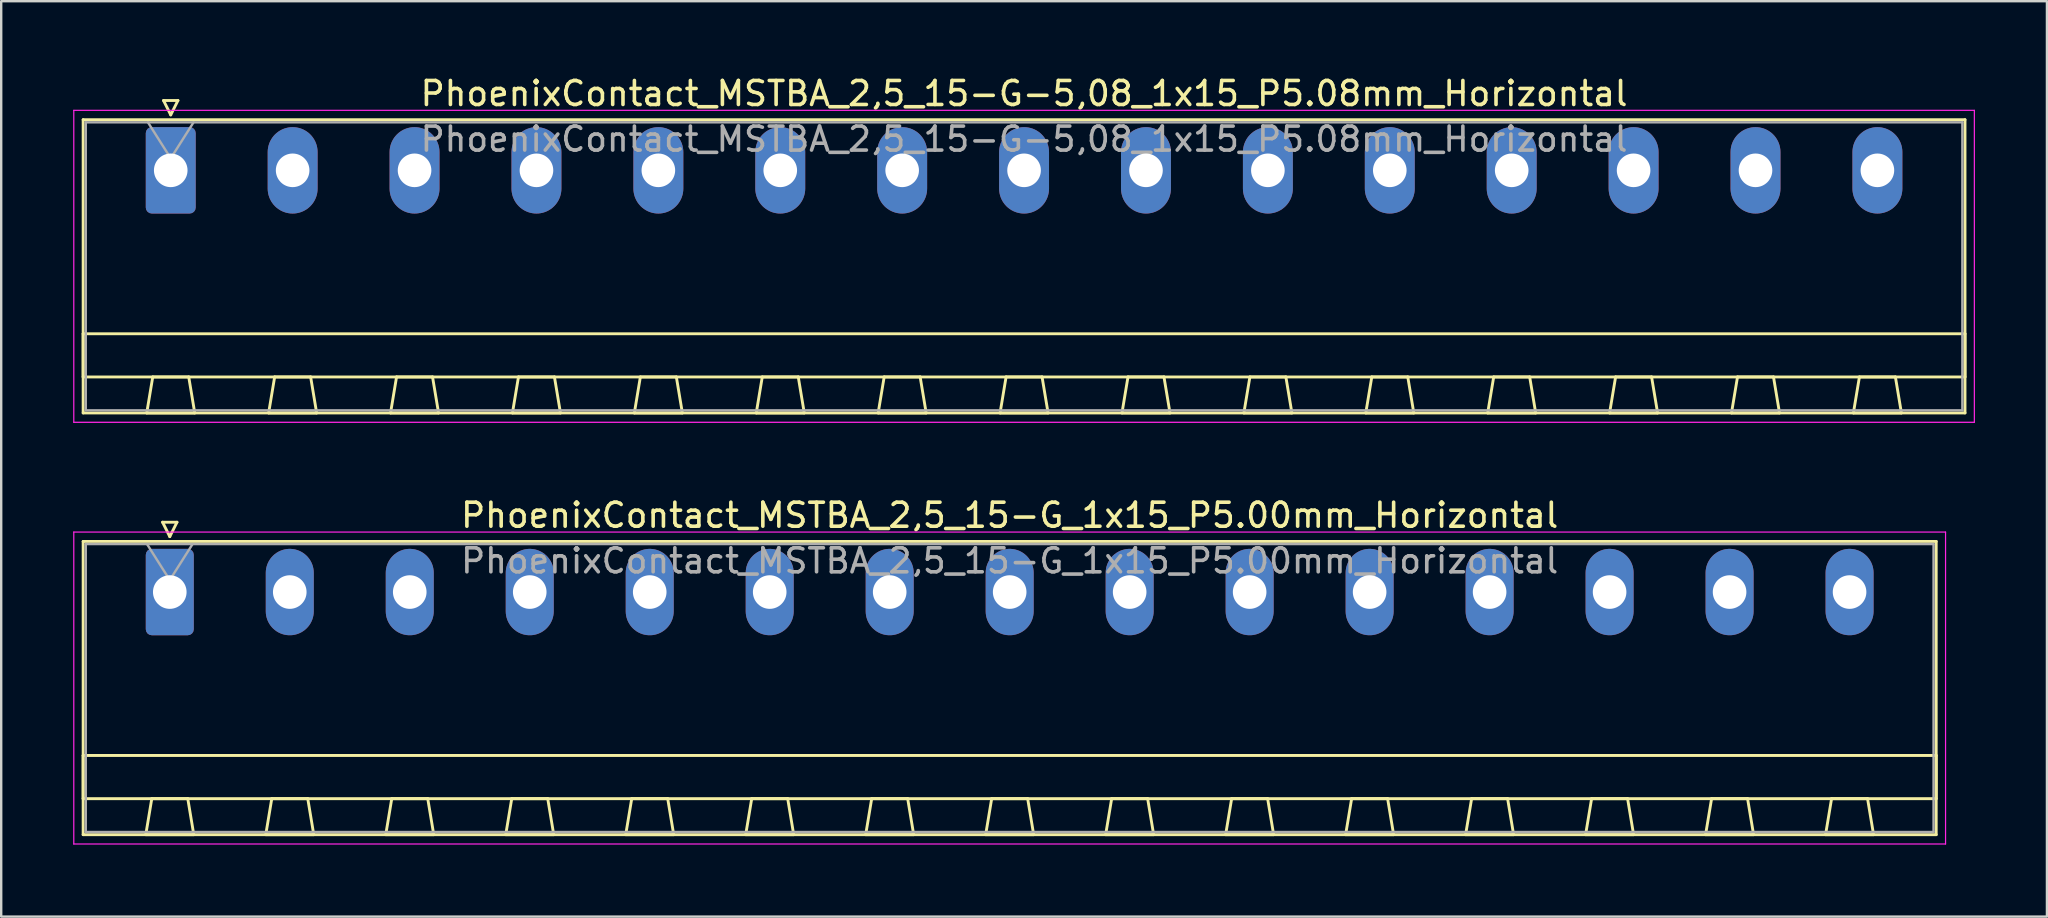
<source format=kicad_pcb>
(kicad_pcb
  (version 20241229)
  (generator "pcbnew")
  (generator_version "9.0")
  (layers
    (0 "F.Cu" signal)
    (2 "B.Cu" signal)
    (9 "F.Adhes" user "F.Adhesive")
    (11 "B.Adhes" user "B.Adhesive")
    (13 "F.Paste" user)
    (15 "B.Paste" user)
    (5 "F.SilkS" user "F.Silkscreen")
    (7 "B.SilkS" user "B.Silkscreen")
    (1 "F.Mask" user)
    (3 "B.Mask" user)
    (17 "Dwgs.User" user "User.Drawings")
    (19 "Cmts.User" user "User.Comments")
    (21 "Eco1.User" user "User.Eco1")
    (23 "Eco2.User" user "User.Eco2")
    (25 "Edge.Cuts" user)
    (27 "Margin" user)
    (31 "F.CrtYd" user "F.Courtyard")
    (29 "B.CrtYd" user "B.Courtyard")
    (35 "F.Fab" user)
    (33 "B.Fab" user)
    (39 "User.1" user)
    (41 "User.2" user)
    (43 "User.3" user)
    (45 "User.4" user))
  (footprint "PhoenixContact_MSTBA_2,5_15-G-5,08_1x15_P5.08mm_Horizontal"
    (layer "F.Cu")
    (at 4.065 4.048)
    (property "Reference" "PhoenixContact_MSTBA_2,5_15-G-5,08_1x15_P5.08mm_Horizontal" (at 35.56 -3.2 0) (layer "F.SilkS") (effects (font (size 1 1) (thickness 0.15))))
    (attr through_hole)
    (fp_line (start -3.65 -2.11) (end -3.65 10.11) (stroke (width 0.12) (type solid)) (layer "F.SilkS"))
    (fp_line (start -3.65 6.81) (end 74.77 6.81) (stroke (width 0.12) (type solid)) (layer "F.SilkS"))
    (fp_line (start -3.65 8.61) (end -3.65 6.81) (stroke (width 0.12) (type solid)) (layer "F.SilkS"))
    (fp_line (start -3.65 10.11) (end 74.77 10.11) (stroke (width 0.12) (type solid)) (layer "F.SilkS"))
    (fp_line (start -1 10.11) (end 1 10.11) (stroke (width 0.12) (type solid)) (layer "F.SilkS"))
    (fp_line (start -0.75 8.61) (end -1 10.11) (stroke (width 0.12) (type solid)) (layer "F.SilkS"))
    (fp_line (start -0.3 -2.91) (end 0.3 -2.91) (stroke (width 0.12) (type solid)) (layer "F.SilkS"))
    (fp_line (start 0 -2.31) (end -0.3 -2.91) (stroke (width 0.12) (type solid)) (layer "F.SilkS"))
    (fp_line (start 0.3 -2.91) (end 0 -2.31) (stroke (width 0.12) (type solid)) (layer "F.SilkS"))
    (fp_line (start 0.75 8.61) (end -0.75 8.61) (stroke (width 0.12) (type solid)) (layer "F.SilkS"))
    (fp_line (start 1 10.11) (end 0.75 8.61) (stroke (width 0.12) (type solid)) (layer "F.SilkS"))
    (fp_line (start 4.08 10.11) (end 6.08 10.11) (stroke (width 0.12) (type solid)) (layer "F.SilkS"))
    (fp_line (start 4.33 8.61) (end 4.08 10.11) (stroke (width 0.12) (type solid)) (layer "F.SilkS"))
    (fp_line (start 5.83 8.61) (end 4.33 8.61) (stroke (width 0.12) (type solid)) (layer "F.SilkS"))
    (fp_line (start 6.08 10.11) (end 5.83 8.61) (stroke (width 0.12) (type solid)) (layer "F.SilkS"))
    (fp_line (start 9.16 10.11) (end 11.16 10.11) (stroke (width 0.12) (type solid)) (layer "F.SilkS"))
    (fp_line (start 9.41 8.61) (end 9.16 10.11) (stroke (width 0.12) (type solid)) (layer "F.SilkS"))
    (fp_line (start 10.91 8.61) (end 9.41 8.61) (stroke (width 0.12) (type solid)) (layer "F.SilkS"))
    (fp_line (start 11.16 10.11) (end 10.91 8.61) (stroke (width 0.12) (type solid)) (layer "F.SilkS"))
    (fp_line (start 14.24 10.11) (end 16.24 10.11) (stroke (width 0.12) (type solid)) (layer "F.SilkS"))
    (fp_line (start 14.49 8.61) (end 14.24 10.11) (stroke (width 0.12) (type solid)) (layer "F.SilkS"))
    (fp_line (start 15.99 8.61) (end 14.49 8.61) (stroke (width 0.12) (type solid)) (layer "F.SilkS"))
    (fp_line (start 16.24 10.11) (end 15.99 8.61) (stroke (width 0.12) (type solid)) (layer "F.SilkS"))
    (fp_line (start 19.32 10.11) (end 21.32 10.11) (stroke (width 0.12) (type solid)) (layer "F.SilkS"))
    (fp_line (start 19.57 8.61) (end 19.32 10.11) (stroke (width 0.12) (type solid)) (layer "F.SilkS"))
    (fp_line (start 21.07 8.61) (end 19.57 8.61) (stroke (width 0.12) (type solid)) (layer "F.SilkS"))
    (fp_line (start 21.32 10.11) (end 21.07 8.61) (stroke (width 0.12) (type solid)) (layer "F.SilkS"))
    (fp_line (start 24.4 10.11) (end 26.4 10.11) (stroke (width 0.12) (type solid)) (layer "F.SilkS"))
    (fp_line (start 24.65 8.61) (end 24.4 10.11) (stroke (width 0.12) (type solid)) (layer "F.SilkS"))
    (fp_line (start 26.15 8.61) (end 24.65 8.61) (stroke (width 0.12) (type solid)) (layer "F.SilkS"))
    (fp_line (start 26.4 10.11) (end 26.15 8.61) (stroke (width 0.12) (type solid)) (layer "F.SilkS"))
    (fp_line (start 29.48 10.11) (end 31.48 10.11) (stroke (width 0.12) (type solid)) (layer "F.SilkS"))
    (fp_line (start 29.73 8.61) (end 29.48 10.11) (stroke (width 0.12) (type solid)) (layer "F.SilkS"))
    (fp_line (start 31.23 8.61) (end 29.73 8.61) (stroke (width 0.12) (type solid)) (layer "F.SilkS"))
    (fp_line (start 31.48 10.11) (end 31.23 8.61) (stroke (width 0.12) (type solid)) (layer "F.SilkS"))
    (fp_line (start 34.56 10.11) (end 36.56 10.11) (stroke (width 0.12) (type solid)) (layer "F.SilkS"))
    (fp_line (start 34.81 8.61) (end 34.56 10.11) (stroke (width 0.12) (type solid)) (layer "F.SilkS"))
    (fp_line (start 36.31 8.61) (end 34.81 8.61) (stroke (width 0.12) (type solid)) (layer "F.SilkS"))
    (fp_line (start 36.56 10.11) (end 36.31 8.61) (stroke (width 0.12) (type solid)) (layer "F.SilkS"))
    (fp_line (start 39.64 10.11) (end 41.64 10.11) (stroke (width 0.12) (type solid)) (layer "F.SilkS"))
    (fp_line (start 39.89 8.61) (end 39.64 10.11) (stroke (width 0.12) (type solid)) (layer "F.SilkS"))
    (fp_line (start 41.39 8.61) (end 39.89 8.61) (stroke (width 0.12) (type solid)) (layer "F.SilkS"))
    (fp_line (start 41.64 10.11) (end 41.39 8.61) (stroke (width 0.12) (type solid)) (layer "F.SilkS"))
    (fp_line (start 44.72 10.11) (end 46.72 10.11) (stroke (width 0.12) (type solid)) (layer "F.SilkS"))
    (fp_line (start 44.97 8.61) (end 44.72 10.11) (stroke (width 0.12) (type solid)) (layer "F.SilkS"))
    (fp_line (start 46.47 8.61) (end 44.97 8.61) (stroke (width 0.12) (type solid)) (layer "F.SilkS"))
    (fp_line (start 46.72 10.11) (end 46.47 8.61) (stroke (width 0.12) (type solid)) (layer "F.SilkS"))
    (fp_line (start 49.8 10.11) (end 51.8 10.11) (stroke (width 0.12) (type solid)) (layer "F.SilkS"))
    (fp_line (start 50.05 8.61) (end 49.8 10.11) (stroke (width 0.12) (type solid)) (layer "F.SilkS"))
    (fp_line (start 51.55 8.61) (end 50.05 8.61) (stroke (width 0.12) (type solid)) (layer "F.SilkS"))
    (fp_line (start 51.8 10.11) (end 51.55 8.61) (stroke (width 0.12) (type solid)) (layer "F.SilkS"))
    (fp_line (start 54.88 10.11) (end 56.88 10.11) (stroke (width 0.12) (type solid)) (layer "F.SilkS"))
    (fp_line (start 55.13 8.61) (end 54.88 10.11) (stroke (width 0.12) (type solid)) (layer "F.SilkS"))
    (fp_line (start 56.63 8.61) (end 55.13 8.61) (stroke (width 0.12) (type solid)) (layer "F.SilkS"))
    (fp_line (start 56.88 10.11) (end 56.63 8.61) (stroke (width 0.12) (type solid)) (layer "F.SilkS"))
    (fp_line (start 59.96 10.11) (end 61.96 10.11) (stroke (width 0.12) (type solid)) (layer "F.SilkS"))
    (fp_line (start 60.21 8.61) (end 59.96 10.11) (stroke (width 0.12) (type solid)) (layer "F.SilkS"))
    (fp_line (start 61.71 8.61) (end 60.21 8.61) (stroke (width 0.12) (type solid)) (layer "F.SilkS"))
    (fp_line (start 61.96 10.11) (end 61.71 8.61) (stroke (width 0.12) (type solid)) (layer "F.SilkS"))
    (fp_line (start 65.04 10.11) (end 67.04 10.11) (stroke (width 0.12) (type solid)) (layer "F.SilkS"))
    (fp_line (start 65.29 8.61) (end 65.04 10.11) (stroke (width 0.12) (type solid)) (layer "F.SilkS"))
    (fp_line (start 66.79 8.61) (end 65.29 8.61) (stroke (width 0.12) (type solid)) (layer "F.SilkS"))
    (fp_line (start 67.04 10.11) (end 66.79 8.61) (stroke (width 0.12) (type solid)) (layer "F.SilkS"))
    (fp_line (start 70.12 10.11) (end 72.12 10.11) (stroke (width 0.12) (type solid)) (layer "F.SilkS"))
    (fp_line (start 70.37 8.61) (end 70.12 10.11) (stroke (width 0.12) (type solid)) (layer "F.SilkS"))
    (fp_line (start 71.87 8.61) (end 70.37 8.61) (stroke (width 0.12) (type solid)) (layer "F.SilkS"))
    (fp_line (start 72.12 10.11) (end 71.87 8.61) (stroke (width 0.12) (type solid)) (layer "F.SilkS"))
    (fp_line (start 74.77 -2.11) (end -3.65 -2.11) (stroke (width 0.12) (type solid)) (layer "F.SilkS"))
    (fp_line (start 74.77 6.81) (end 74.77 8.61) (stroke (width 0.12) (type solid)) (layer "F.SilkS"))
    (fp_line (start 74.77 8.61) (end -3.65 8.61) (stroke (width 0.12) (type solid)) (layer "F.SilkS"))
    (fp_line (start 74.77 10.11) (end 74.77 -2.11) (stroke (width 0.12) (type solid)) (layer "F.SilkS"))
    (fp_line (start -4.04 -2.5) (end -4.04 10.5) (stroke (width 0.05) (type solid)) (layer "F.CrtYd"))
    (fp_line (start -4.04 10.5) (end 75.16 10.5) (stroke (width 0.05) (type solid)) (layer "F.CrtYd"))
    (fp_line (start 75.16 -2.5) (end -4.04 -2.5) (stroke (width 0.05) (type solid)) (layer "F.CrtYd"))
    (fp_line (start 75.16 10.5) (end 75.16 -2.5) (stroke (width 0.05) (type solid)) (layer "F.CrtYd"))
    (fp_line (start -3.54 -2) (end -3.54 10) (stroke (width 0.1) (type solid)) (layer "F.Fab"))
    (fp_line (start -3.54 10) (end 74.66 10) (stroke (width 0.1) (type solid)) (layer "F.Fab"))
    (fp_line (start 0 -0.5) (end -0.95 -2) (stroke (width 0.1) (type solid)) (layer "F.Fab"))
    (fp_line (start 0.95 -2) (end 0 -0.5) (stroke (width 0.1) (type solid)) (layer "F.Fab"))
    (fp_line (start 74.66 -2) (end -3.54 -2) (stroke (width 0.1) (type solid)) (layer "F.Fab"))
    (fp_line (start 74.66 10) (end 74.66 -2) (stroke (width 0.1) (type solid)) (layer "F.Fab"))
    (fp_text user "${REFERENCE}" (at 35.56 -1.3 0) (layer "F.Fab") (effects (font (size 1 1) (thickness 0.15))))
    (pad "1" thru_hole roundrect (at 0 0) (size 2.08 3.6) (drill 1.4) (layers "*.Cu" "*.Mask") (roundrect_rratio 0.12))
    (pad "2" thru_hole oval (at 5.08 0) (size 2.08 3.6) (drill 1.4) (layers "*.Cu" "*.Mask"))
    (pad "3" thru_hole oval (at 10.16 0) (size 2.08 3.6) (drill 1.4) (layers "*.Cu" "*.Mask"))
    (pad "4" thru_hole oval (at 15.24 0) (size 2.08 3.6) (drill 1.4) (layers "*.Cu" "*.Mask"))
    (pad "5" thru_hole oval (at 20.32 0) (size 2.08 3.6) (drill 1.4) (layers "*.Cu" "*.Mask"))
    (pad "6" thru_hole oval (at 25.4 0) (size 2.08 3.6) (drill 1.4) (layers "*.Cu" "*.Mask"))
    (pad "7" thru_hole oval (at 30.48 0) (size 2.08 3.6) (drill 1.4) (layers "*.Cu" "*.Mask"))
    (pad "8" thru_hole oval (at 35.56 0) (size 2.08 3.6) (drill 1.4) (layers "*.Cu" "*.Mask"))
    (pad "9" thru_hole oval (at 40.64 0) (size 2.08 3.6) (drill 1.4) (layers "*.Cu" "*.Mask"))
    (pad "10" thru_hole oval (at 45.72 0) (size 2.08 3.6) (drill 1.4) (layers "*.Cu" "*.Mask"))
    (pad "11" thru_hole oval (at 50.8 0) (size 2.08 3.6) (drill 1.4) (layers "*.Cu" "*.Mask"))
    (pad "12" thru_hole oval (at 55.88 0) (size 2.08 3.6) (drill 1.4) (layers "*.Cu" "*.Mask"))
    (pad "13" thru_hole oval (at 60.96 0) (size 2.08 3.6) (drill 1.4) (layers "*.Cu" "*.Mask"))
    (pad "14" thru_hole oval (at 66.04 0) (size 2.08 3.6) (drill 1.4) (layers "*.Cu" "*.Mask"))
    (pad "15" thru_hole oval (at 71.12 0) (size 2.08 3.6) (drill 1.4) (layers "*.Cu" "*.Mask")))
  (footprint "PhoenixContact_MSTBA_2,5_15-G_1x15_P5.00mm_Horizontal"
    (layer "F.Cu")
    (at 4.025 21.622)
    (property "Reference" "PhoenixContact_MSTBA_2,5_15-G_1x15_P5.00mm_Horizontal" (at 35 -3.2 0) (layer "F.SilkS") (effects (font (size 1 1) (thickness 0.15))))
    (attr through_hole)
    (fp_line (start -3.61 -2.11) (end -3.61 10.11) (stroke (width 0.12) (type solid)) (layer "F.SilkS"))
    (fp_line (start -3.61 6.81) (end 73.61 6.81) (stroke (width 0.12) (type solid)) (layer "F.SilkS"))
    (fp_line (start -3.61 8.61) (end -3.61 6.81) (stroke (width 0.12) (type solid)) (layer "F.SilkS"))
    (fp_line (start -3.61 10.11) (end 73.61 10.11) (stroke (width 0.12) (type solid)) (layer "F.SilkS"))
    (fp_line (start -1 10.11) (end 1 10.11) (stroke (width 0.12) (type solid)) (layer "F.SilkS"))
    (fp_line (start -0.75 8.61) (end -1 10.11) (stroke (width 0.12) (type solid)) (layer "F.SilkS"))
    (fp_line (start -0.3 -2.91) (end 0.3 -2.91) (stroke (width 0.12) (type solid)) (layer "F.SilkS"))
    (fp_line (start 0 -2.31) (end -0.3 -2.91) (stroke (width 0.12) (type solid)) (layer "F.SilkS"))
    (fp_line (start 0.3 -2.91) (end 0 -2.31) (stroke (width 0.12) (type solid)) (layer "F.SilkS"))
    (fp_line (start 0.75 8.61) (end -0.75 8.61) (stroke (width 0.12) (type solid)) (layer "F.SilkS"))
    (fp_line (start 1 10.11) (end 0.75 8.61) (stroke (width 0.12) (type solid)) (layer "F.SilkS"))
    (fp_line (start 4 10.11) (end 6 10.11) (stroke (width 0.12) (type solid)) (layer "F.SilkS"))
    (fp_line (start 4.25 8.61) (end 4 10.11) (stroke (width 0.12) (type solid)) (layer "F.SilkS"))
    (fp_line (start 5.75 8.61) (end 4.25 8.61) (stroke (width 0.12) (type solid)) (layer "F.SilkS"))
    (fp_line (start 6 10.11) (end 5.75 8.61) (stroke (width 0.12) (type solid)) (layer "F.SilkS"))
    (fp_line (start 9 10.11) (end 11 10.11) (stroke (width 0.12) (type solid)) (layer "F.SilkS"))
    (fp_line (start 9.25 8.61) (end 9 10.11) (stroke (width 0.12) (type solid)) (layer "F.SilkS"))
    (fp_line (start 10.75 8.61) (end 9.25 8.61) (stroke (width 0.12) (type solid)) (layer "F.SilkS"))
    (fp_line (start 11 10.11) (end 10.75 8.61) (stroke (width 0.12) (type solid)) (layer "F.SilkS"))
    (fp_line (start 14 10.11) (end 16 10.11) (stroke (width 0.12) (type solid)) (layer "F.SilkS"))
    (fp_line (start 14.25 8.61) (end 14 10.11) (stroke (width 0.12) (type solid)) (layer "F.SilkS"))
    (fp_line (start 15.75 8.61) (end 14.25 8.61) (stroke (width 0.12) (type solid)) (layer "F.SilkS"))
    (fp_line (start 16 10.11) (end 15.75 8.61) (stroke (width 0.12) (type solid)) (layer "F.SilkS"))
    (fp_line (start 19 10.11) (end 21 10.11) (stroke (width 0.12) (type solid)) (layer "F.SilkS"))
    (fp_line (start 19.25 8.61) (end 19 10.11) (stroke (width 0.12) (type solid)) (layer "F.SilkS"))
    (fp_line (start 20.75 8.61) (end 19.25 8.61) (stroke (width 0.12) (type solid)) (layer "F.SilkS"))
    (fp_line (start 21 10.11) (end 20.75 8.61) (stroke (width 0.12) (type solid)) (layer "F.SilkS"))
    (fp_line (start 24 10.11) (end 26 10.11) (stroke (width 0.12) (type solid)) (layer "F.SilkS"))
    (fp_line (start 24.25 8.61) (end 24 10.11) (stroke (width 0.12) (type solid)) (layer "F.SilkS"))
    (fp_line (start 25.75 8.61) (end 24.25 8.61) (stroke (width 0.12) (type solid)) (layer "F.SilkS"))
    (fp_line (start 26 10.11) (end 25.75 8.61) (stroke (width 0.12) (type solid)) (layer "F.SilkS"))
    (fp_line (start 29 10.11) (end 31 10.11) (stroke (width 0.12) (type solid)) (layer "F.SilkS"))
    (fp_line (start 29.25 8.61) (end 29 10.11) (stroke (width 0.12) (type solid)) (layer "F.SilkS"))
    (fp_line (start 30.75 8.61) (end 29.25 8.61) (stroke (width 0.12) (type solid)) (layer "F.SilkS"))
    (fp_line (start 31 10.11) (end 30.75 8.61) (stroke (width 0.12) (type solid)) (layer "F.SilkS"))
    (fp_line (start 34 10.11) (end 36 10.11) (stroke (width 0.12) (type solid)) (layer "F.SilkS"))
    (fp_line (start 34.25 8.61) (end 34 10.11) (stroke (width 0.12) (type solid)) (layer "F.SilkS"))
    (fp_line (start 35.75 8.61) (end 34.25 8.61) (stroke (width 0.12) (type solid)) (layer "F.SilkS"))
    (fp_line (start 36 10.11) (end 35.75 8.61) (stroke (width 0.12) (type solid)) (layer "F.SilkS"))
    (fp_line (start 39 10.11) (end 41 10.11) (stroke (width 0.12) (type solid)) (layer "F.SilkS"))
    (fp_line (start 39.25 8.61) (end 39 10.11) (stroke (width 0.12) (type solid)) (layer "F.SilkS"))
    (fp_line (start 40.75 8.61) (end 39.25 8.61) (stroke (width 0.12) (type solid)) (layer "F.SilkS"))
    (fp_line (start 41 10.11) (end 40.75 8.61) (stroke (width 0.12) (type solid)) (layer "F.SilkS"))
    (fp_line (start 44 10.11) (end 46 10.11) (stroke (width 0.12) (type solid)) (layer "F.SilkS"))
    (fp_line (start 44.25 8.61) (end 44 10.11) (stroke (width 0.12) (type solid)) (layer "F.SilkS"))
    (fp_line (start 45.75 8.61) (end 44.25 8.61) (stroke (width 0.12) (type solid)) (layer "F.SilkS"))
    (fp_line (start 46 10.11) (end 45.75 8.61) (stroke (width 0.12) (type solid)) (layer "F.SilkS"))
    (fp_line (start 49 10.11) (end 51 10.11) (stroke (width 0.12) (type solid)) (layer "F.SilkS"))
    (fp_line (start 49.25 8.61) (end 49 10.11) (stroke (width 0.12) (type solid)) (layer "F.SilkS"))
    (fp_line (start 50.75 8.61) (end 49.25 8.61) (stroke (width 0.12) (type solid)) (layer "F.SilkS"))
    (fp_line (start 51 10.11) (end 50.75 8.61) (stroke (width 0.12) (type solid)) (layer "F.SilkS"))
    (fp_line (start 54 10.11) (end 56 10.11) (stroke (width 0.12) (type solid)) (layer "F.SilkS"))
    (fp_line (start 54.25 8.61) (end 54 10.11) (stroke (width 0.12) (type solid)) (layer "F.SilkS"))
    (fp_line (start 55.75 8.61) (end 54.25 8.61) (stroke (width 0.12) (type solid)) (layer "F.SilkS"))
    (fp_line (start 56 10.11) (end 55.75 8.61) (stroke (width 0.12) (type solid)) (layer "F.SilkS"))
    (fp_line (start 59 10.11) (end 61 10.11) (stroke (width 0.12) (type solid)) (layer "F.SilkS"))
    (fp_line (start 59.25 8.61) (end 59 10.11) (stroke (width 0.12) (type solid)) (layer "F.SilkS"))
    (fp_line (start 60.75 8.61) (end 59.25 8.61) (stroke (width 0.12) (type solid)) (layer "F.SilkS"))
    (fp_line (start 61 10.11) (end 60.75 8.61) (stroke (width 0.12) (type solid)) (layer "F.SilkS"))
    (fp_line (start 64 10.11) (end 66 10.11) (stroke (width 0.12) (type solid)) (layer "F.SilkS"))
    (fp_line (start 64.25 8.61) (end 64 10.11) (stroke (width 0.12) (type solid)) (layer "F.SilkS"))
    (fp_line (start 65.75 8.61) (end 64.25 8.61) (stroke (width 0.12) (type solid)) (layer "F.SilkS"))
    (fp_line (start 66 10.11) (end 65.75 8.61) (stroke (width 0.12) (type solid)) (layer "F.SilkS"))
    (fp_line (start 69 10.11) (end 71 10.11) (stroke (width 0.12) (type solid)) (layer "F.SilkS"))
    (fp_line (start 69.25 8.61) (end 69 10.11) (stroke (width 0.12) (type solid)) (layer "F.SilkS"))
    (fp_line (start 70.75 8.61) (end 69.25 8.61) (stroke (width 0.12) (type solid)) (layer "F.SilkS"))
    (fp_line (start 71 10.11) (end 70.75 8.61) (stroke (width 0.12) (type solid)) (layer "F.SilkS"))
    (fp_line (start 73.61 -2.11) (end -3.61 -2.11) (stroke (width 0.12) (type solid)) (layer "F.SilkS"))
    (fp_line (start 73.61 6.81) (end 73.61 8.61) (stroke (width 0.12) (type solid)) (layer "F.SilkS"))
    (fp_line (start 73.61 8.61) (end -3.61 8.61) (stroke (width 0.12) (type solid)) (layer "F.SilkS"))
    (fp_line (start 73.61 10.11) (end 73.61 -2.11) (stroke (width 0.12) (type solid)) (layer "F.SilkS"))
    (fp_line (start -4 -2.5) (end -4 10.5) (stroke (width 0.05) (type solid)) (layer "F.CrtYd"))
    (fp_line (start -4 10.5) (end 74 10.5) (stroke (width 0.05) (type solid)) (layer "F.CrtYd"))
    (fp_line (start 74 -2.5) (end -4 -2.5) (stroke (width 0.05) (type solid)) (layer "F.CrtYd"))
    (fp_line (start 74 10.5) (end 74 -2.5) (stroke (width 0.05) (type solid)) (layer "F.CrtYd"))
    (fp_line (start -3.5 -2) (end -3.5 10) (stroke (width 0.1) (type solid)) (layer "F.Fab"))
    (fp_line (start -3.5 10) (end 73.5 10) (stroke (width 0.1) (type solid)) (layer "F.Fab"))
    (fp_line (start 0 -0.5) (end -0.95 -2) (stroke (width 0.1) (type solid)) (layer "F.Fab"))
    (fp_line (start 0.95 -2) (end 0 -0.5) (stroke (width 0.1) (type solid)) (layer "F.Fab"))
    (fp_line (start 73.5 -2) (end -3.5 -2) (stroke (width 0.1) (type solid)) (layer "F.Fab"))
    (fp_line (start 73.5 10) (end 73.5 -2) (stroke (width 0.1) (type solid)) (layer "F.Fab"))
    (fp_text user "${REFERENCE}" (at 35 -1.3 0) (layer "F.Fab") (effects (font (size 1 1) (thickness 0.15))))
    (pad "1" thru_hole roundrect (at 0 0) (size 2 3.6) (drill 1.4) (layers "*.Cu" "*.Mask") (roundrect_rratio 0.125))
    (pad "2" thru_hole oval (at 5 0) (size 2 3.6) (drill 1.4) (layers "*.Cu" "*.Mask"))
    (pad "3" thru_hole oval (at 10 0) (size 2 3.6) (drill 1.4) (layers "*.Cu" "*.Mask"))
    (pad "4" thru_hole oval (at 15 0) (size 2 3.6) (drill 1.4) (layers "*.Cu" "*.Mask"))
    (pad "5" thru_hole oval (at 20 0) (size 2 3.6) (drill 1.4) (layers "*.Cu" "*.Mask"))
    (pad "6" thru_hole oval (at 25 0) (size 2 3.6) (drill 1.4) (layers "*.Cu" "*.Mask"))
    (pad "7" thru_hole oval (at 30 0) (size 2 3.6) (drill 1.4) (layers "*.Cu" "*.Mask"))
    (pad "8" thru_hole oval (at 35 0) (size 2 3.6) (drill 1.4) (layers "*.Cu" "*.Mask"))
    (pad "9" thru_hole oval (at 40 0) (size 2 3.6) (drill 1.4) (layers "*.Cu" "*.Mask"))
    (pad "10" thru_hole oval (at 45 0) (size 2 3.6) (drill 1.4) (layers "*.Cu" "*.Mask"))
    (pad "11" thru_hole oval (at 50 0) (size 2 3.6) (drill 1.4) (layers "*.Cu" "*.Mask"))
    (pad "12" thru_hole oval (at 55 0) (size 2 3.6) (drill 1.4) (layers "*.Cu" "*.Mask"))
    (pad "13" thru_hole oval (at 60 0) (size 2 3.6) (drill 1.4) (layers "*.Cu" "*.Mask"))
    (pad "14" thru_hole oval (at 65 0) (size 2 3.6) (drill 1.4) (layers "*.Cu" "*.Mask"))
    (pad "15" thru_hole oval (at 70 0) (size 2 3.6) (drill 1.4) (layers "*.Cu" "*.Mask")))
  (gr_rect
    (start -3 -3)
    (end 82.25 35.147)
    (stroke (width 0.1) (type default))
    (fill no)
    (layer "Edge.Cuts")))
</source>
